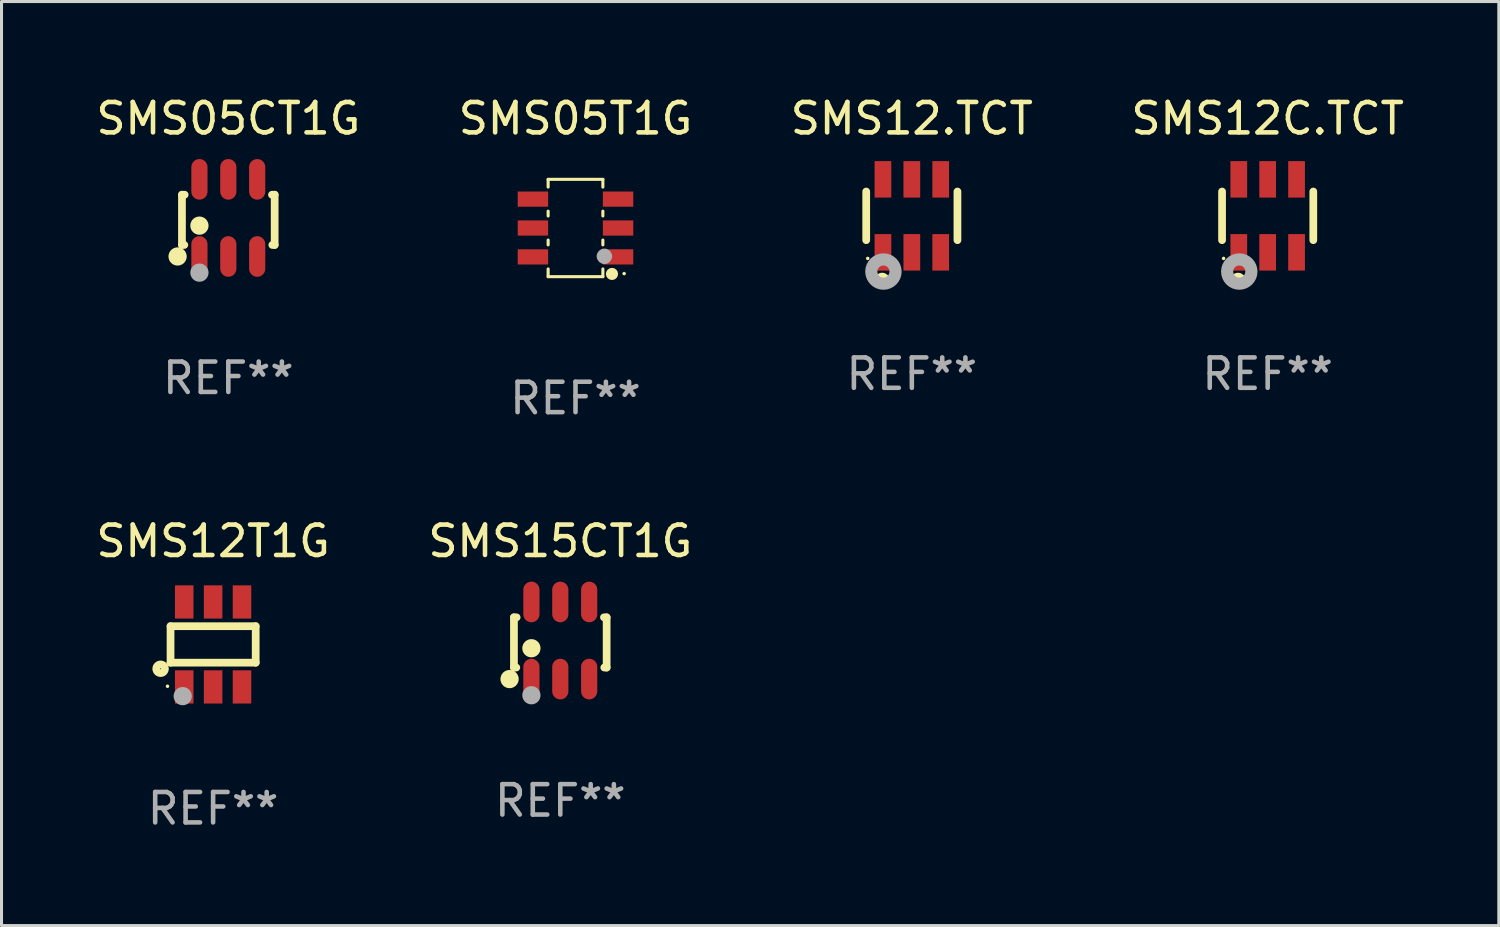
<source format=kicad_pcb>
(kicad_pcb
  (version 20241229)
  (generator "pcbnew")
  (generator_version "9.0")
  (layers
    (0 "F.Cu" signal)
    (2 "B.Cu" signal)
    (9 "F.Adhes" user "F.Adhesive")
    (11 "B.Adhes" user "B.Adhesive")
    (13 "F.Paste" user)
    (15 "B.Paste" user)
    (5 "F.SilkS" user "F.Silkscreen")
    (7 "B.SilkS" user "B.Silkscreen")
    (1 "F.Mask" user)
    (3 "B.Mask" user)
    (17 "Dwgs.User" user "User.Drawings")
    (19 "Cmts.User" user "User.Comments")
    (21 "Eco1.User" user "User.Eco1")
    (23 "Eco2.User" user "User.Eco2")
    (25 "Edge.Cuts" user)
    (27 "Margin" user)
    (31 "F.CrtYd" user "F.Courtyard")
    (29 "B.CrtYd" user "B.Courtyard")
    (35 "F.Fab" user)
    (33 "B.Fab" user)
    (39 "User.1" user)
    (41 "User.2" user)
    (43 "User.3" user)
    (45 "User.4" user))
  (footprint "SMS15CT1G"
    (layer "F.Cu")
    (at 15.375 18.013)
    (property "Reference" "SMS15CT1G" (at 0 -3.268 0) (layer "F.SilkS") (effects (font (size 1 1) (thickness 0.15))))
    (attr through_hole)
    (fp_line (start -1.524 -0.762) (end -1.524 0.889) (stroke (width 0.254) (type solid)) (layer "F.SilkS"))
    (fp_line (start -1.524 0.889) (end -1.447 0.889) (stroke (width 0.254) (type solid)) (layer "F.SilkS"))
    (fp_line (start -1.436 -0.762) (end -1.524 -0.762) (stroke (width 0.254) (type solid)) (layer "F.SilkS"))
    (fp_line (start 1.447 0.889) (end 1.524 0.889) (stroke (width 0.254) (type solid)) (layer "F.SilkS"))
    (fp_line (start 1.524 -0.762) (end 1.436 -0.762) (stroke (width 0.254) (type solid)) (layer "F.SilkS"))
    (fp_line (start 1.524 0.889) (end 1.524 -0.762) (stroke (width 0.254) (type solid)) (layer "F.SilkS"))
    (fp_circle (center -1.668 1.268) (end -1.518 1.268) (stroke (width 0.3) (type solid)) (fill no) (layer "F.SilkS"))
    (fp_circle (center -1.5 1.375) (end -1.47 1.375) (stroke (width 0.06) (type solid)) (fill no) (layer "F.SilkS"))
    (fp_circle (center -0.95 0.254) (end -0.8 0.254) (stroke (width 0.3) (type solid)) (fill no) (layer "F.SilkS"))
    (fp_circle (center -0.95 1.8) (end -0.8 1.8) (stroke (width 0.3) (type solid)) (fill no) (layer "F.Fab"))
    (fp_text user "REF**" (at 0 5.268 0) (layer "F.Fab") (effects (font (size 1 1) (thickness 0.15))))
    (pad "1" smd oval (at -0.95 1.268) (size 0.532 1.336) (layers "F.Cu" "F.Mask" "F.Paste"))
    (pad "2" smd oval (at 0 1.268) (size 0.532 1.336) (layers "F.Cu" "F.Mask" "F.Paste"))
    (pad "3" smd oval (at 0.95 1.268) (size 0.532 1.336) (layers "F.Cu" "F.Mask" "F.Paste"))
    (pad "4" smd oval (at 0.95 -1.268) (size 0.532 1.336) (layers "F.Cu" "F.Mask" "F.Paste"))
    (pad "5" smd oval (at 0 -1.268) (size 0.532 1.336) (layers "F.Cu" "F.Mask" "F.Paste"))
    (pad "6" smd oval (at -0.95 -1.268) (size 0.532 1.336) (layers "F.Cu" "F.Mask" "F.Paste")))
  (footprint "SMS05T1G"
    (layer "F.Cu")
    (at 15.875 4.448)
    (property "Reference" "SMS05T1G" (at 0 -3.6 0) (layer "F.SilkS") (effects (font (size 1 1) (thickness 0.15))))
    (attr through_hole)
    (fp_line (start -0.9 -1.6) (end 0.9 -1.6) (stroke (width 0.101) (type solid)) (layer "F.SilkS"))
    (fp_line (start -0.9 -1.346) (end -0.9 -1.6) (stroke (width 0.101) (type solid)) (layer "F.SilkS"))
    (fp_line (start -0.9 -0.396) (end -0.9 -0.554) (stroke (width 0.101) (type solid)) (layer "F.SilkS"))
    (fp_line (start -0.9 0.554) (end -0.9 0.396) (stroke (width 0.101) (type solid)) (layer "F.SilkS"))
    (fp_line (start -0.9 1.6) (end -0.9 1.346) (stroke (width 0.101) (type solid)) (layer "F.SilkS"))
    (fp_line (start -0.9 1.6) (end 0.9 1.6) (stroke (width 0.101) (type solid)) (layer "F.SilkS"))
    (fp_line (start 0.9 -1.346) (end 0.9 -1.6) (stroke (width 0.101) (type solid)) (layer "F.SilkS"))
    (fp_line (start 0.9 -0.396) (end 0.9 -0.554) (stroke (width 0.101) (type solid)) (layer "F.SilkS"))
    (fp_line (start 0.9 0.554) (end 0.9 0.396) (stroke (width 0.101) (type solid)) (layer "F.SilkS"))
    (fp_line (start 0.9 1.6) (end 0.9 1.346) (stroke (width 0.101) (type solid)) (layer "F.SilkS"))
    (fp_circle (center 1.2 1.51) (end 1.3 1.51) (stroke (width 0.2) (type solid)) (fill no) (layer "F.SilkS"))
    (fp_circle (center 1.6 1.5) (end 1.63 1.5) (stroke (width 0.06) (type solid)) (fill no) (layer "F.SilkS"))
    (fp_circle (center 0.95 0.93) (end 1.077 0.93) (stroke (width 0.254) (type solid)) (fill no) (layer "F.Fab"))
    (fp_text user "REF**" (at 0 5.6 0) (layer "F.Fab") (effects (font (size 1 1) (thickness 0.15))))
    (pad "1" smd rect (at 1.4 0.95 90) (size 0.5 1) (layers "F.Cu" "F.Mask" "F.Paste"))
    (pad "2" smd rect (at 1.4 0.000025 90) (size 0.5 1) (layers "F.Cu" "F.Mask" "F.Paste"))
    (pad "3" smd rect (at 1.4 -0.95 90) (size 0.5 1) (layers "F.Cu" "F.Mask" "F.Paste"))
    (pad "4" smd rect (at -1.4 -0.95 90) (size 0.5 1) (layers "F.Cu" "F.Mask" "F.Paste"))
    (pad "5" smd rect (at -1.4 0.000025 90) (size 0.5 1) (layers "F.Cu" "F.Mask" "F.Paste"))
    (pad "6" smd rect (at -1.4 0.95 90) (size 0.5 1) (layers "F.Cu" "F.Mask" "F.Paste")))
  (footprint "SMS12.TCT"
    (layer "F.Cu")
    (at 26.935 4.048)
    (property "Reference" "SMS12.TCT" (at 0 -3.2 0) (layer "F.SilkS") (effects (font (size 1 1) (thickness 0.15))))
    (attr through_hole)
    (fp_line (start -1.5 0.8) (end -1.5 -0.8) (stroke (width 0.254) (type solid)) (layer "F.SilkS"))
    (fp_line (start 1.5 -0.8) (end 1.5 0.8) (stroke (width 0.254) (type solid)) (layer "F.SilkS"))
    (fp_circle (center -1.45 1.4) (end -1.42 1.4) (stroke (width 0.06) (type solid)) (fill no) (layer "F.SilkS"))
    (fp_circle (center -0.975 2.125) (end -0.848 2.125) (stroke (width 0.254) (type solid)) (fill no) (layer "F.SilkS"))
    (fp_circle (center -0.934 1.832) (end -0.735 1.832) (stroke (width 0.4) (type solid)) (fill no) (layer "F.Fab"))
    (fp_text user "REF**" (at 0 5.2 0) (layer "F.Fab") (effects (font (size 1 1) (thickness 0.15))))
    (pad "1" smd rect (at -0.95 1.2) (size 0.55 1.2) (layers "F.Cu" "F.Mask" "F.Paste"))
    (pad "2" smd rect (at 0 1.2) (size 0.55 1.2) (layers "F.Cu" "F.Mask" "F.Paste"))
    (pad "3" smd rect (at 0.95 1.2) (size 0.55 1.2) (layers "F.Cu" "F.Mask" "F.Paste"))
    (pad "4" smd rect (at 0.95 -1.2) (size 0.55 1.2) (layers "F.Cu" "F.Mask" "F.Paste"))
    (pad "5" smd rect (at 0 -1.2) (size 0.55 1.2) (layers "F.Cu" "F.Mask" "F.Paste"))
    (pad "6" smd rect (at -0.95 -1.2) (size 0.55 1.2) (layers "F.Cu" "F.Mask" "F.Paste")))
  (footprint "SMS12T1G"
    (layer "F.Cu")
    (at 3.958 18.142)
    (property "Reference" "SMS12T1G" (at 0 -3.397 0) (layer "F.SilkS") (effects (font (size 1 1) (thickness 0.15))))
    (attr through_hole)
    (fp_line (start -1.4 -0.6) (end 1.4 -0.6) (stroke (width 0.254) (type solid)) (layer "F.SilkS"))
    (fp_line (start -1.4 0.6) (end -1.4 -0.6) (stroke (width 0.254) (type solid)) (layer "F.SilkS"))
    (fp_line (start -1.4 0.6) (end 1.4 0.6) (stroke (width 0.254) (type solid)) (layer "F.SilkS"))
    (fp_line (start 1.4 -0.6) (end 1.4 0.6) (stroke (width 0.254) (type solid)) (layer "F.SilkS"))
    (fp_circle (center -1.727 0.8) (end -1.585 0.8) (stroke (width 0.254) (type solid)) (fill no) (layer "F.SilkS"))
    (fp_circle (center -1.5 1.375) (end -1.47 1.375) (stroke (width 0.06) (type solid)) (fill no) (layer "F.SilkS"))
    (fp_circle (center -1 1.7) (end -0.85 1.7) (stroke (width 0.3) (type solid)) (fill no) (layer "F.Fab"))
    (fp_text user "REF**" (at 0 5.397 0) (layer "F.Fab") (effects (font (size 1 1) (thickness 0.15))))
    (pad "1" smd rect (at -0.95 1.397 180) (size 0.61 1.092) (layers "F.Cu" "F.Mask" "F.Paste"))
    (pad "2" smd rect (at 0 1.397 180) (size 0.61 1.092) (layers "F.Cu" "F.Mask" "F.Paste"))
    (pad "3" smd rect (at 0.95 1.397 180) (size 0.61 1.092) (layers "F.Cu" "F.Mask" "F.Paste"))
    (pad "4" smd rect (at 0.95 -1.397 180) (size 0.61 1.092) (layers "F.Cu" "F.Mask" "F.Paste"))
    (pad "5" smd rect (at 0 -1.397 180) (size 0.61 1.092) (layers "F.Cu" "F.Mask" "F.Paste"))
    (pad "6" smd rect (at -0.95 -1.397 180) (size 0.61 1.092) (layers "F.Cu" "F.Mask" "F.Paste")))
  (footprint "SMS05CT1G"
    (layer "F.Cu")
    (at 4.458 4.116)
    (property "Reference" "SMS05CT1G" (at 0 -3.268 0) (layer "F.SilkS") (effects (font (size 1 1) (thickness 0.15))))
    (attr through_hole)
    (fp_line (start -1.524 -0.762) (end -1.524 0.889) (stroke (width 0.254) (type solid)) (layer "F.SilkS"))
    (fp_line (start -1.524 0.889) (end -1.447 0.889) (stroke (width 0.254) (type solid)) (layer "F.SilkS"))
    (fp_line (start -1.436 -0.762) (end -1.524 -0.762) (stroke (width 0.254) (type solid)) (layer "F.SilkS"))
    (fp_line (start 1.447 0.889) (end 1.524 0.889) (stroke (width 0.254) (type solid)) (layer "F.SilkS"))
    (fp_line (start 1.524 -0.762) (end 1.436 -0.762) (stroke (width 0.254) (type solid)) (layer "F.SilkS"))
    (fp_line (start 1.524 0.889) (end 1.524 -0.762) (stroke (width 0.254) (type solid)) (layer "F.SilkS"))
    (fp_circle (center -1.668 1.268) (end -1.518 1.268) (stroke (width 0.3) (type solid)) (fill no) (layer "F.SilkS"))
    (fp_circle (center -1.5 1.375) (end -1.47 1.375) (stroke (width 0.06) (type solid)) (fill no) (layer "F.SilkS"))
    (fp_circle (center -0.95 0.254) (end -0.8 0.254) (stroke (width 0.3) (type solid)) (fill no) (layer "F.SilkS"))
    (fp_circle (center -0.95 1.8) (end -0.8 1.8) (stroke (width 0.3) (type solid)) (fill no) (layer "F.Fab"))
    (fp_text user "REF**" (at 0 5.268 0) (layer "F.Fab") (effects (font (size 1 1) (thickness 0.15))))
    (pad "1" smd oval (at -0.95 1.268) (size 0.532 1.336) (layers "F.Cu" "F.Mask" "F.Paste"))
    (pad "2" smd oval (at 0 1.268) (size 0.532 1.336) (layers "F.Cu" "F.Mask" "F.Paste"))
    (pad "3" smd oval (at 0.95 1.268) (size 0.532 1.336) (layers "F.Cu" "F.Mask" "F.Paste"))
    (pad "4" smd oval (at 0.95 -1.268) (size 0.532 1.336) (layers "F.Cu" "F.Mask" "F.Paste"))
    (pad "5" smd oval (at 0 -1.268) (size 0.532 1.336) (layers "F.Cu" "F.Mask" "F.Paste"))
    (pad "6" smd oval (at -0.95 -1.268) (size 0.532 1.336) (layers "F.Cu" "F.Mask" "F.Paste")))
  (footprint "SMS12C.TCT"
    (layer "F.Cu")
    (at 38.637 4.048)
    (property "Reference" "SMS12C.TCT" (at 0 -3.2 0) (layer "F.SilkS") (effects (font (size 1 1) (thickness 0.15))))
    (attr through_hole)
    (fp_line (start -1.5 0.8) (end -1.5 -0.8) (stroke (width 0.254) (type solid)) (layer "F.SilkS"))
    (fp_line (start 1.5 -0.8) (end 1.5 0.8) (stroke (width 0.254) (type solid)) (layer "F.SilkS"))
    (fp_circle (center -1.45 1.4) (end -1.42 1.4) (stroke (width 0.06) (type solid)) (fill no) (layer "F.SilkS"))
    (fp_circle (center -0.975 2.125) (end -0.848 2.125) (stroke (width 0.254) (type solid)) (fill no) (layer "F.SilkS"))
    (fp_circle (center -0.934 1.832) (end -0.735 1.832) (stroke (width 0.4) (type solid)) (fill no) (layer "F.Fab"))
    (fp_text user "REF**" (at 0 5.2 0) (layer "F.Fab") (effects (font (size 1 1) (thickness 0.15))))
    (pad "1" smd rect (at -0.95 1.2) (size 0.55 1.2) (layers "F.Cu" "F.Mask" "F.Paste"))
    (pad "2" smd rect (at 0 1.2) (size 0.55 1.2) (layers "F.Cu" "F.Mask" "F.Paste"))
    (pad "3" smd rect (at 0.95 1.2) (size 0.55 1.2) (layers "F.Cu" "F.Mask" "F.Paste"))
    (pad "4" smd rect (at 0.95 -1.2) (size 0.55 1.2) (layers "F.Cu" "F.Mask" "F.Paste"))
    (pad "5" smd rect (at 0 -1.2) (size 0.55 1.2) (layers "F.Cu" "F.Mask" "F.Paste"))
    (pad "6" smd rect (at -0.95 -1.2) (size 0.55 1.2) (layers "F.Cu" "F.Mask" "F.Paste")))
  (gr_rect
    (start -3 -3)
    (end 46.238 27.387)
    (stroke (width 0.1) (type default))
    (fill no)
    (layer "Edge.Cuts")))
</source>
